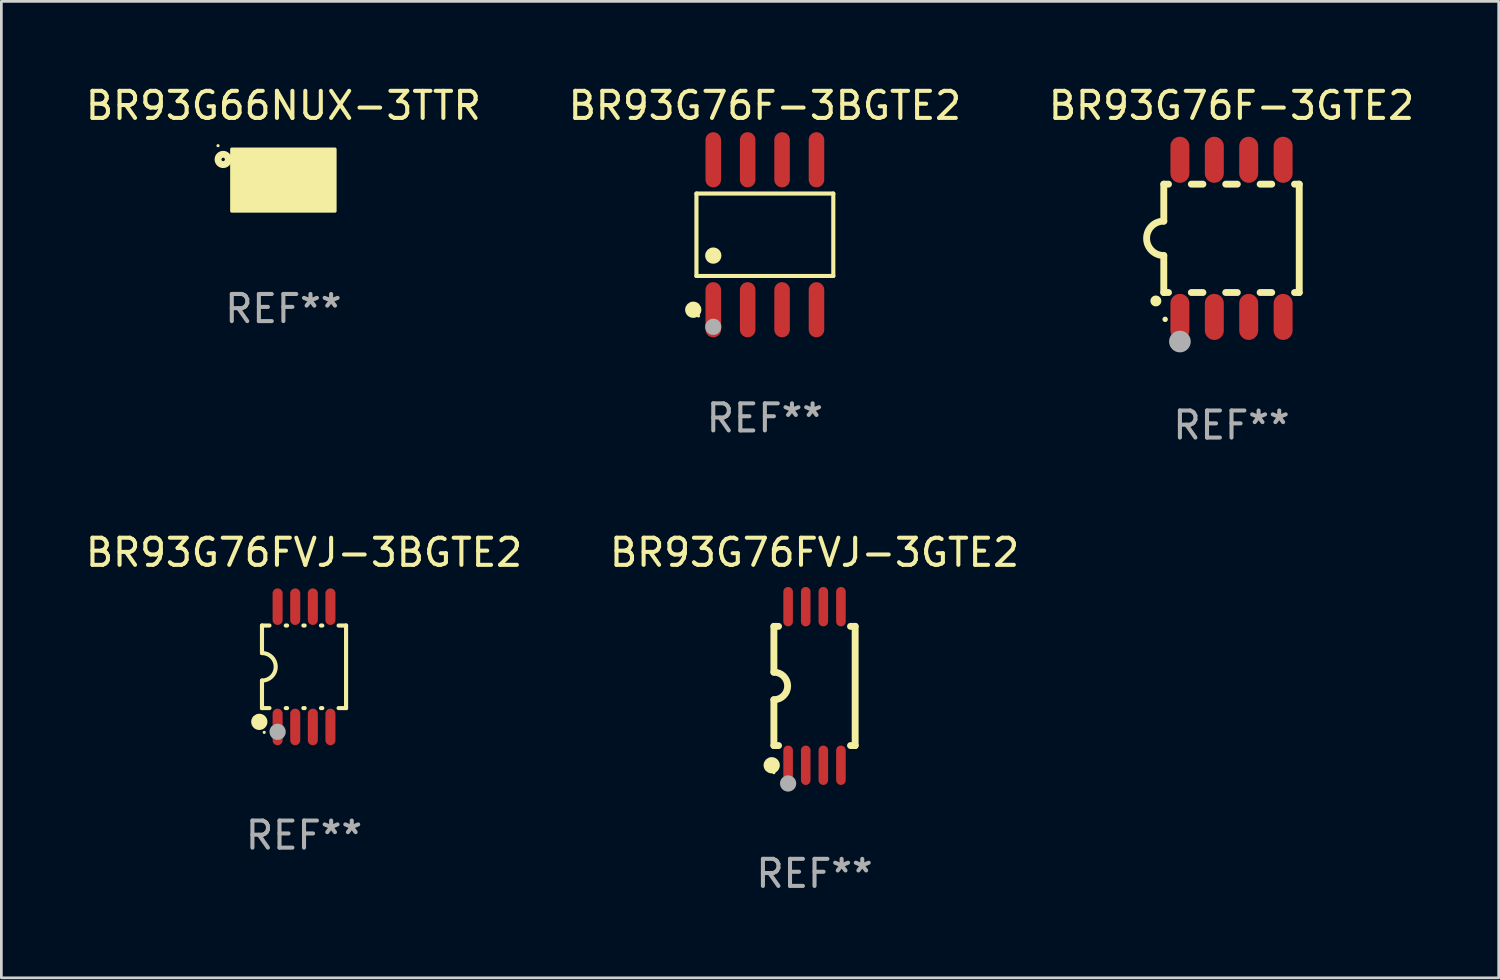
<source format=kicad_pcb>
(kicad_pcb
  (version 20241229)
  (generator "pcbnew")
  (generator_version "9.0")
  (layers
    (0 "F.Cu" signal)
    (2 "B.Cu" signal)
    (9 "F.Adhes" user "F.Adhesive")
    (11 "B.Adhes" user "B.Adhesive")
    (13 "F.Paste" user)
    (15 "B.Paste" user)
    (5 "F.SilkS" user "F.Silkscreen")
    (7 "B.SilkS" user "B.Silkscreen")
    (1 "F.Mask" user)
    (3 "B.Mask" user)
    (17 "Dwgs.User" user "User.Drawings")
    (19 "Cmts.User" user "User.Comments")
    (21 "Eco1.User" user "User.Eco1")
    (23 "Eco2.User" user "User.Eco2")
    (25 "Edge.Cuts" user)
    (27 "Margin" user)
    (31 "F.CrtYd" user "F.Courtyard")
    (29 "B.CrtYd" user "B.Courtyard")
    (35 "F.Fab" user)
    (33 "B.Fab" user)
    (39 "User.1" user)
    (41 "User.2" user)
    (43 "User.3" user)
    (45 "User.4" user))
  (footprint "BR93G76F-3BGTE2"
    (layer "F.Cu")
    (at 25.185 5.616)
    (property "Reference" "BR93G76F-3BGTE2" (at 0 -4.768 0) (layer "F.SilkS") (effects (font (size 1 1) (thickness 0.15))))
    (attr through_hole)
    (fp_line (start -2.526 -1.521) (end 2.526 -1.521) (stroke (width 0.152) (type solid)) (layer "F.SilkS"))
    (fp_line (start -2.526 1.521) (end -2.526 -1.521) (stroke (width 0.152) (type solid)) (layer "F.SilkS"))
    (fp_line (start 2.526 -1.521) (end 2.526 1.521) (stroke (width 0.152) (type solid)) (layer "F.SilkS"))
    (fp_line (start 2.526 1.521) (end -2.526 1.521) (stroke (width 0.152) (type solid)) (layer "F.SilkS"))
    (fp_circle (center -2.644 2.768) (end -2.494 2.768) (stroke (width 0.3) (type solid)) (fill no) (layer "F.SilkS"))
    (fp_circle (center -2.45 2.998) (end -2.42 2.998) (stroke (width 0.06) (type solid)) (fill no) (layer "F.SilkS"))
    (fp_circle (center -1.905 0.769) (end -1.755 0.769) (stroke (width 0.3) (type solid)) (fill no) (layer "F.SilkS"))
    (fp_circle (center -1.905 3.398) (end -1.755 3.398) (stroke (width 0.3) (type solid)) (fill no) (layer "F.Fab"))
    (fp_text user "REF**" (at 0 6.768 0) (layer "F.Fab") (effects (font (size 1 1) (thickness 0.15))))
    (pad "1" smd oval (at -1.905 2.768) (size 0.574 2.036) (layers "F.Cu" "F.Mask" "F.Paste"))
    (pad "2" smd oval (at -0.635 2.768) (size 0.574 2.036) (layers "F.Cu" "F.Mask" "F.Paste"))
    (pad "3" smd oval (at 0.635 2.768) (size 0.574 2.036) (layers "F.Cu" "F.Mask" "F.Paste"))
    (pad "4" smd oval (at 1.905 2.768) (size 0.574 2.036) (layers "F.Cu" "F.Mask" "F.Paste"))
    (pad "5" smd oval (at 1.905 -2.768) (size 0.574 2.036) (layers "F.Cu" "F.Mask" "F.Paste"))
    (pad "6" smd oval (at 0.635 -2.768) (size 0.574 2.036) (layers "F.Cu" "F.Mask" "F.Paste"))
    (pad "7" smd oval (at -0.635 -2.768) (size 0.574 2.036) (layers "F.Cu" "F.Mask" "F.Paste"))
    (pad "8" smd oval (at -1.905 -2.768) (size 0.574 2.036) (layers "F.Cu" "F.Mask" "F.Paste")))
  (footprint "BR93G76FVJ-3GTE2"
    (layer "F.Cu")
    (at 27.018 22.272)
    (property "Reference" "BR93G76FVJ-3GTE2" (at 0 -4.927 0) (layer "F.SilkS") (effects (font (size 1 1) (thickness 0.15))))
    (attr through_hole)
    (fp_line (start -1.5 -2.2) (end -1.5 -0.508) (stroke (width 0.254) (type solid)) (layer "F.SilkS"))
    (fp_line (start -1.5 -2.2) (end -1.328 -2.2) (stroke (width 0.254) (type solid)) (layer "F.SilkS"))
    (fp_line (start -1.5 2.2) (end -1.5 0.508) (stroke (width 0.254) (type solid)) (layer "F.SilkS"))
    (fp_line (start -1.5 2.2) (end -1.328 2.2) (stroke (width 0.254) (type solid)) (layer "F.SilkS"))
    (fp_line (start 1.328 -2.2) (end 1.5 -2.2) (stroke (width 0.254) (type solid)) (layer "F.SilkS"))
    (fp_line (start 1.328 2.2) (end 1.5 2.2) (stroke (width 0.254) (type solid)) (layer "F.SilkS"))
    (fp_line (start 1.5 -2.2) (end 1.5 2.2) (stroke (width 0.254) (type solid)) (layer "F.SilkS"))
    (fp_arc (start -1.501144 -0.508) (mid -0.993143 -0.000571) (end -1.5 0.508001) (stroke (width 0.254001) (type solid)) (layer "F.SilkS"))
    (fp_circle (center -1.581 2.927) (end -1.431 2.927) (stroke (width 0.3) (type solid)) (fill no) (layer "F.SilkS"))
    (fp_circle (center -1.5 3.2) (end -1.47 3.2) (stroke (width 0.06) (type solid)) (fill no) (layer "F.SilkS"))
    (fp_circle (center -0.975 3.6) (end -0.825 3.6) (stroke (width 0.3) (type solid)) (fill no) (layer "F.Fab"))
    (fp_text user "REF**" (at 0 6.927 0) (layer "F.Fab") (effects (font (size 1 1) (thickness 0.15))))
    (pad "1" smd oval (at -0.975 2.927) (size 0.353 1.454) (layers "F.Cu" "F.Mask" "F.Paste"))
    (pad "2" smd oval (at -0.325 2.927) (size 0.353 1.454) (layers "F.Cu" "F.Mask" "F.Paste"))
    (pad "3" smd oval (at 0.325 2.927) (size 0.353 1.454) (layers "F.Cu" "F.Mask" "F.Paste"))
    (pad "4" smd oval (at 0.975 2.927) (size 0.353 1.454) (layers "F.Cu" "F.Mask" "F.Paste"))
    (pad "5" smd oval (at 0.975 -2.927) (size 0.353 1.454) (layers "F.Cu" "F.Mask" "F.Paste"))
    (pad "6" smd oval (at 0.325 -2.927) (size 0.353 1.454) (layers "F.Cu" "F.Mask" "F.Paste"))
    (pad "7" smd oval (at -0.325 -2.927) (size 0.353 1.454) (layers "F.Cu" "F.Mask" "F.Paste"))
    (pad "8" smd oval (at -0.975 -2.927) (size 0.353 1.454) (layers "F.Cu" "F.Mask" "F.Paste")))
  (footprint "BR93G76FVJ-3BGTE2"
    (layer "F.Cu")
    (at 8.173 21.565)
    (property "Reference" "BR93G76FVJ-3BGTE2" (at 0 -4.22 0) (layer "F.SilkS") (effects (font (size 1 1) (thickness 0.15))))
    (attr through_hole)
    (fp_line (start -1.552 -1.524) (end -1.276 -1.524) (stroke (width 0.152) (type solid)) (layer "F.SilkS"))
    (fp_line (start -1.552 -0.508) (end -1.552 -1.524) (stroke (width 0.152) (type solid)) (layer "F.SilkS"))
    (fp_line (start -1.552 1.524) (end -1.552 0.508) (stroke (width 0.152) (type solid)) (layer "F.SilkS"))
    (fp_line (start -1.552 1.524) (end -1.276 1.524) (stroke (width 0.152) (type solid)) (layer "F.SilkS"))
    (fp_line (start -0.674 -1.524) (end -0.626 -1.524) (stroke (width 0.152) (type solid)) (layer "F.SilkS"))
    (fp_line (start -0.674 1.524) (end -0.626 1.524) (stroke (width 0.152) (type solid)) (layer "F.SilkS"))
    (fp_line (start -0.024 -1.524) (end 0.024 -1.524) (stroke (width 0.152) (type solid)) (layer "F.SilkS"))
    (fp_line (start -0.024 1.524) (end 0.024 1.524) (stroke (width 0.152) (type solid)) (layer "F.SilkS"))
    (fp_line (start 0.626 -1.524) (end 0.674 -1.524) (stroke (width 0.152) (type solid)) (layer "F.SilkS"))
    (fp_line (start 0.626 1.524) (end 0.674 1.524) (stroke (width 0.152) (type solid)) (layer "F.SilkS"))
    (fp_line (start 1.276 1.524) (end 1.552 1.524) (stroke (width 0.152) (type solid)) (layer "F.SilkS"))
    (fp_line (start 1.276 -1.524) (end 1.552 -1.524) (stroke (width 0.152) (type solid)) (layer "F.SilkS"))
    (fp_line (start 1.552 -1.524) (end 1.552 1.524) (stroke (width 0.152) (type solid)) (layer "F.SilkS"))
    (fp_arc (start -1.551943 -0.508001) (mid -1.043942 0) (end -1.551943 0.508001) (stroke (width 0.151994) (type solid)) (layer "F.SilkS"))
    (fp_circle (center -1.651 2.032) (end -1.501 2.032) (stroke (width 0.3) (type solid)) (fill no) (layer "F.SilkS"))
    (fp_circle (center -1.47 2.42) (end -1.44 2.42) (stroke (width 0.06) (type solid)) (fill no) (layer "F.SilkS"))
    (fp_circle (center -0.975 2.4) (end -0.825 2.4) (stroke (width 0.3) (type solid)) (fill no) (layer "F.Fab"))
    (fp_text user "REF**" (at 0 6.22 0) (layer "F.Fab") (effects (font (size 1 1) (thickness 0.15))))
    (pad "1" smd oval (at -0.975 2.22) (size 0.37 1.35) (layers "F.Cu" "F.Mask" "F.Paste"))
    (pad "2" smd oval (at -0.325 2.22) (size 0.37 1.35) (layers "F.Cu" "F.Mask" "F.Paste"))
    (pad "3" smd oval (at 0.325 2.22) (size 0.37 1.35) (layers "F.Cu" "F.Mask" "F.Paste"))
    (pad "4" smd oval (at 0.975 2.22) (size 0.37 1.35) (layers "F.Cu" "F.Mask" "F.Paste"))
    (pad "5" smd oval (at 0.975 -2.22) (size 0.37 1.35) (layers "F.Cu" "F.Mask" "F.Paste"))
    (pad "6" smd oval (at 0.325 -2.22) (size 0.37 1.35) (layers "F.Cu" "F.Mask" "F.Paste"))
    (pad "7" smd oval (at -0.325 -2.22) (size 0.37 1.35) (layers "F.Cu" "F.Mask" "F.Paste"))
    (pad "8" smd oval (at -0.975 -2.22) (size 0.37 1.35) (layers "F.Cu" "F.Mask" "F.Paste")))
  (footprint "BR93G66NUX-3TTR"
    (layer "F.Cu")
    (at 7.411 3.598)
    (property "Reference" "BR93G66NUX-3TTR" (at 0 -2.75 0) (layer "F.SilkS") (effects (font (size 1 1) (thickness 0.15))))
    (attr through_hole)
    (fp_circle (center -2.413 -1.27) (end -2.383 -1.27) (stroke (width 0.06) (type solid)) (fill no) (layer "F.SilkS"))
    (fp_circle (center -2.222 -0.762) (end -2.159 -0.762) (stroke (width 0.254) (type solid)) (fill no) (layer "F.SilkS"))
    (fp_poly (pts (xy -1.905 -1.143) (xy 1.905 -1.143) (xy 1.905 1.143) (xy -1.905 1.143)) (stroke (width 0.12) (type solid)) (fill yes) (layer "F.SilkS"))
    (fp_text user "REF**" (at 0 4.75 0) (layer "F.Fab") (effects (font (size 1 1) (thickness 0.15))))
    (pad "1" smd rect (at -1.45 -0.75 270) (size 0.25 0.5) (layers "F.Cu" "F.Mask" "F.Paste"))
    (pad "2" smd rect (at -1.45 -0.25 270) (size 0.25 0.5) (layers "F.Cu" "F.Mask" "F.Paste"))
    (pad "3" smd rect (at -1.45 0.25 270) (size 0.25 0.5) (layers "F.Cu" "F.Mask" "F.Paste"))
    (pad "4" smd rect (at -1.45 0.75 270) (size 0.25 0.5) (layers "F.Cu" "F.Mask" "F.Paste"))
    (pad "5" smd rect (at 1.45 0.75 270) (size 0.25 0.5) (layers "F.Cu" "F.Mask" "F.Paste"))
    (pad "6" smd rect (at 1.45 0.25 270) (size 0.25 0.5) (layers "F.Cu" "F.Mask" "F.Paste"))
    (pad "7" smd rect (at 1.45 -0.25 270) (size 0.25 0.5) (layers "F.Cu" "F.Mask" "F.Paste"))
    (pad "8" smd rect (at 1.45 -0.75 270) (size 0.25 0.5) (layers "F.Cu" "F.Mask" "F.Paste"))
    (pad "9" smd rect (at 0.000127 0 270) (size 1.5 1.6) (layers "F.Cu" "F.Mask" "F.Paste")))
  (footprint "BR93G76F-3GTE2"
    (layer "F.Cu")
    (at 42.411 5.748)
    (property "Reference" "BR93G76F-3GTE2" (at 0 -4.9 0) (layer "F.SilkS") (effects (font (size 1 1) (thickness 0.15))))
    (attr through_hole)
    (fp_line (start -2.5 -2) (end -2.5 -0.635) (stroke (width 0.254) (type solid)) (layer "F.SilkS"))
    (fp_line (start -2.5 -2) (end -2.326 -2) (stroke (width 0.254) (type solid)) (layer "F.SilkS"))
    (fp_line (start -2.5 2) (end -2.5 0.635) (stroke (width 0.254) (type solid)) (layer "F.SilkS"))
    (fp_line (start -2.5 2) (end -2.326 2) (stroke (width 0.254) (type solid)) (layer "F.SilkS"))
    (fp_line (start -1.484 -2) (end -1.056 -2) (stroke (width 0.254) (type solid)) (layer "F.SilkS"))
    (fp_line (start -1.484 2) (end -1.056 2) (stroke (width 0.254) (type solid)) (layer "F.SilkS"))
    (fp_line (start -0.214 -2) (end 0.214 -2) (stroke (width 0.254) (type solid)) (layer "F.SilkS"))
    (fp_line (start -0.214 2) (end 0.214 2) (stroke (width 0.254) (type solid)) (layer "F.SilkS"))
    (fp_line (start 1.056 -2) (end 1.484 -2) (stroke (width 0.254) (type solid)) (layer "F.SilkS"))
    (fp_line (start 1.056 2) (end 1.484 2) (stroke (width 0.254) (type solid)) (layer "F.SilkS"))
    (fp_line (start 2.326 -2) (end 2.5 -2) (stroke (width 0.254) (type solid)) (layer "F.SilkS"))
    (fp_line (start 2.326 2) (end 2.5 2) (stroke (width 0.254) (type solid)) (layer "F.SilkS"))
    (fp_line (start 2.5 -2) (end 2.5 2) (stroke (width 0.254) (type solid)) (layer "F.SilkS"))
    (fp_arc (start -2.794006 2.311405) (mid -2.792736 2.311401) (end -2.791466 2.311405) (stroke (width 0.4) (type solid)) (layer "F.SilkS"))
    (fp_arc (start -2.5 0.635001) (mid -3.134366 -0.000318) (end -2.499365 -0.635001) (stroke (width 0.254001) (type solid)) (layer "F.SilkS"))
    (fp_circle (center -2.45 2.99) (end -2.4 2.99) (stroke (width 0.1) (type solid)) (fill no) (layer "F.SilkS"))
    (fp_circle (center -1.905 3.81) (end -1.705 3.81) (stroke (width 0.4) (type solid)) (fill no) (layer "F.Fab"))
    (fp_text user "REF**" (at 0 6.9 0) (layer "F.Fab") (effects (font (size 1 1) (thickness 0.15))))
    (pad "1" smd oval (at -1.905 2.9 180) (size 0.7 1.7) (layers "F.Cu" "F.Mask" "F.Paste"))
    (pad "2" smd oval (at -0.635 2.9 180) (size 0.7 1.7) (layers "F.Cu" "F.Mask" "F.Paste"))
    (pad "3" smd oval (at 0.635 2.9 180) (size 0.7 1.7) (layers "F.Cu" "F.Mask" "F.Paste"))
    (pad "4" smd oval (at 1.905 2.9 180) (size 0.7 1.7) (layers "F.Cu" "F.Mask" "F.Paste"))
    (pad "5" smd oval (at 1.905 -2.9 180) (size 0.7 1.7) (layers "F.Cu" "F.Mask" "F.Paste"))
    (pad "6" smd oval (at 0.635 -2.9 180) (size 0.7 1.7) (layers "F.Cu" "F.Mask" "F.Paste"))
    (pad "7" smd oval (at -0.635 -2.9 180) (size 0.7 1.7) (layers "F.Cu" "F.Mask" "F.Paste"))
    (pad "8" smd oval (at -1.905 -2.9 180) (size 0.7 1.7) (layers "F.Cu" "F.Mask" "F.Paste")))
  (gr_rect
    (start -3 -3)
    (end 52.274 33.047)
    (stroke (width 0.1) (type default))
    (fill no)
    (layer "Edge.Cuts")))
</source>
